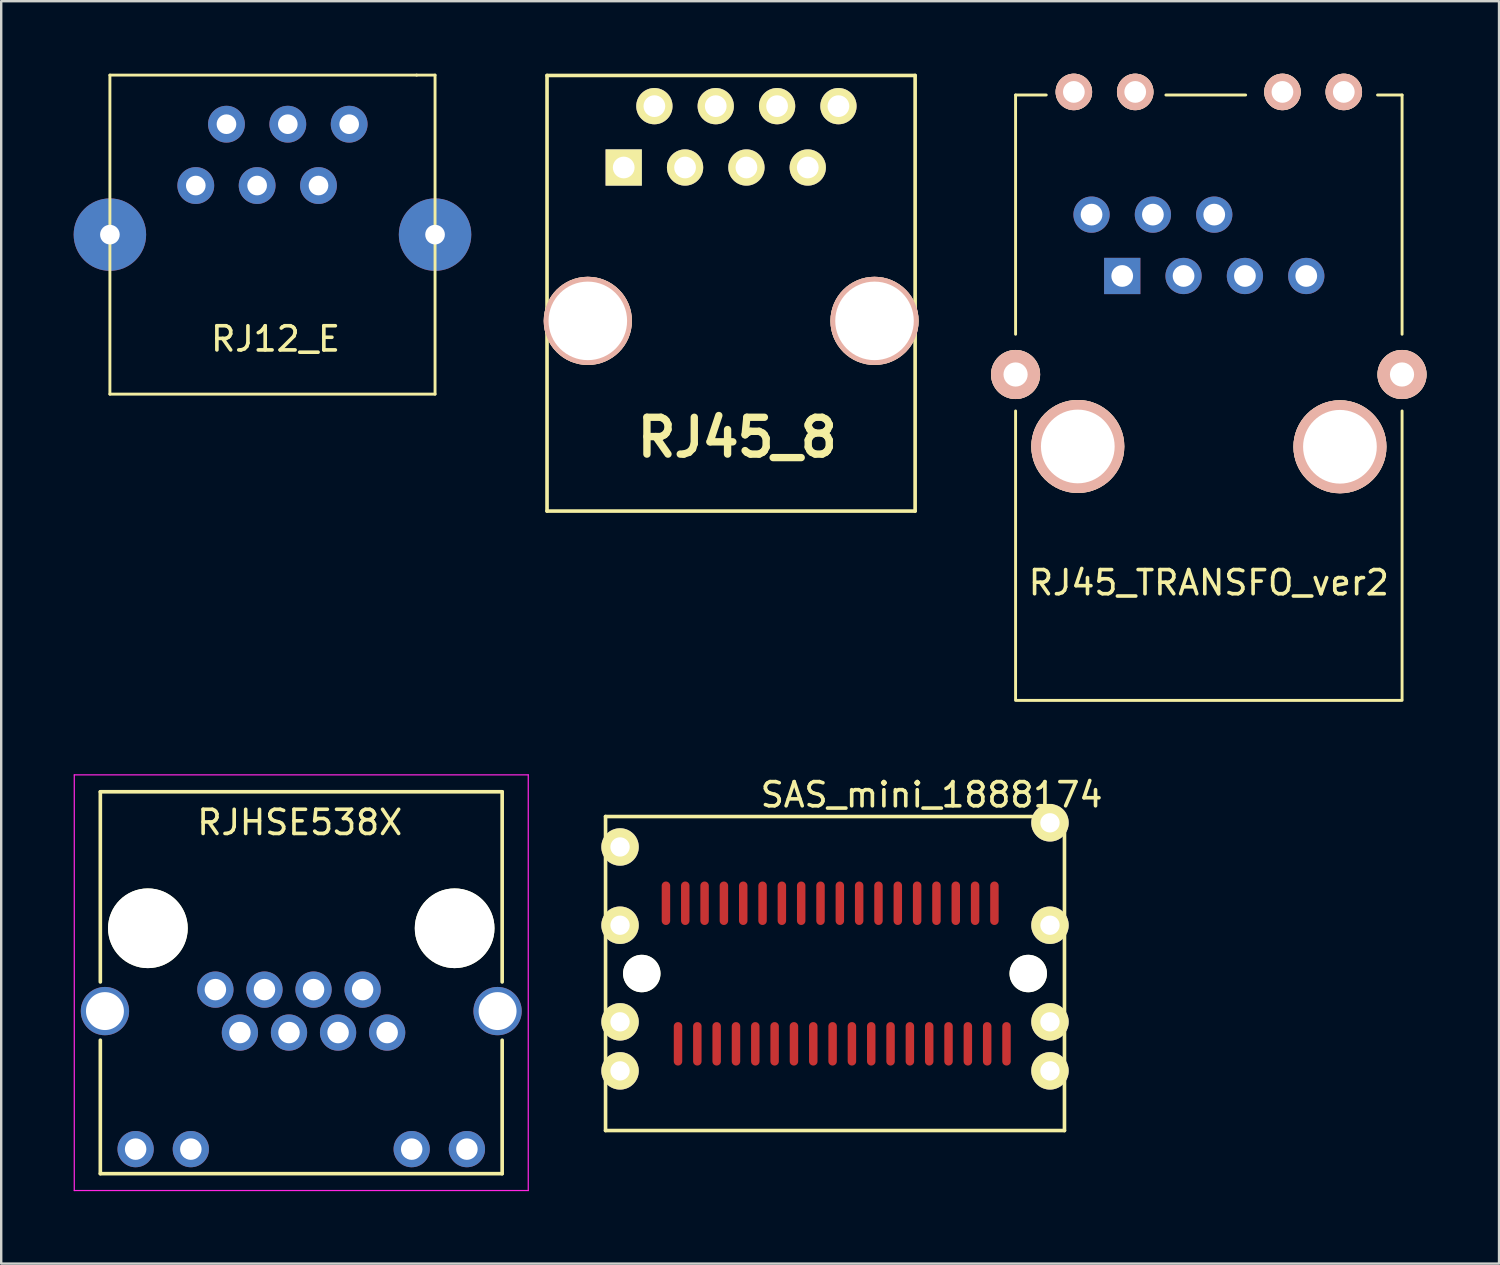
<source format=kicad_pcb>
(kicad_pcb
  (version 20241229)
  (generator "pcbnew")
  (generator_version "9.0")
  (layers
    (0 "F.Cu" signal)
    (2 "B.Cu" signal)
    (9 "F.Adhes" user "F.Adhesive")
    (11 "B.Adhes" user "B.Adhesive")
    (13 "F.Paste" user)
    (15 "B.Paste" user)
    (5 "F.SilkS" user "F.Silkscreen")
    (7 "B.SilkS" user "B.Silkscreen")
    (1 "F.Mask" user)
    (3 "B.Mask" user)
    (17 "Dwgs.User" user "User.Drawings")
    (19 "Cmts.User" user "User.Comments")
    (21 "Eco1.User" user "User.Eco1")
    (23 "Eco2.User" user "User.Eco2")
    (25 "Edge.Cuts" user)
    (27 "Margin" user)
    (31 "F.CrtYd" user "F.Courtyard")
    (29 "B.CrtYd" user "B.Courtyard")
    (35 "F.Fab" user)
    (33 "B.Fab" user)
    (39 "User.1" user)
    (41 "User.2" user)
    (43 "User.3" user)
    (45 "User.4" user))
  (footprint "SAS_mini_1888174"
    (layer "F.Cu")
    (at 31.521 37.256)
    (property "Reference" "SAS_mini_1888174" (at 4 -7.4 0) (layer "F.SilkS") (effects (font (size 1 1) (thickness 0.15))))
    (attr through_hole)
    (fp_line (start -9.5 -6.5) (end -9.5 6.5) (stroke (width 0.15) (type solid)) (layer "F.SilkS"))
    (fp_line (start -9.5 6.5) (end 9.5 6.5) (stroke (width 0.15) (type solid)) (layer "F.SilkS"))
    (fp_line (start 9.5 -6.5) (end -9.5 -6.5) (stroke (width 0.15) (type solid)) (layer "F.SilkS"))
    (fp_line (start 9.5 6.5) (end 9.5 -6.5) (stroke (width 0.15) (type solid)) (layer "F.SilkS"))
    (pad "" np_thru_hole circle (at -8 0) (size 1.55 1.55) (drill 1.55) (layers "*.Mask" "B.Cu" "F.SilkS"))
    (pad "" np_thru_hole circle (at 8 0) (size 1.55 1.55) (drill 1.55) (layers "*.Mask" "B.Cu" "F.SilkS"))
    (pad "1" thru_hole circle (at -8.9 -5.24) (size 1.55 1.55) (drill 0.8) (layers "*.Cu" "*.Mask" "F.SilkS"))
    (pad "2" thru_hole circle (at -8.9 -2) (size 1.55 1.55) (drill 0.8) (layers "*.Cu" "*.Mask" "F.SilkS"))
    (pad "3" thru_hole circle (at -8.9 2) (size 1.55 1.55) (drill 0.8) (layers "*.Cu" "*.Mask" "F.SilkS"))
    (pad "4" thru_hole circle (at -8.9 4.03) (size 1.55 1.55) (drill 0.8) (layers "*.Cu" "*.Mask" "F.SilkS"))
    (pad "5" thru_hole circle (at 8.9 -6.24) (size 1.55 1.55) (drill 0.8) (layers "*.Cu" "*.Mask" "F.SilkS"))
    (pad "6" thru_hole circle (at 8.9 -2) (size 1.55 1.55) (drill 0.8) (layers "*.Cu" "*.Mask" "F.SilkS"))
    (pad "7" thru_hole circle (at 8.9 2) (size 1.55 1.55) (drill 0.8) (layers "*.Cu" "*.Mask" "F.SilkS"))
    (pad "8" thru_hole circle (at 8.9 4.03) (size 1.55 1.55) (drill 0.8) (layers "*.Cu" "*.Mask" "F.SilkS"))
    (pad "A1" smd oval (at -6.5 2.91) (size 0.35 1.8) (layers "F.Cu" "F.Mask" "F.Paste"))
    (pad "A2" smd oval (at -5.7 2.91) (size 0.35 1.8) (layers "F.Cu" "F.Mask" "F.Paste"))
    (pad "A3" smd oval (at -4.9 2.91) (size 0.35 1.8) (layers "F.Cu" "F.Mask" "F.Paste"))
    (pad "A4" smd oval (at -4.1 2.91) (size 0.35 1.8) (layers "F.Cu" "F.Mask" "F.Paste"))
    (pad "A5" smd oval (at -3.3 2.91) (size 0.35 1.8) (layers "F.Cu" "F.Mask" "F.Paste"))
    (pad "A6" smd oval (at -2.5 2.91) (size 0.35 1.8) (layers "F.Cu" "F.Mask" "F.Paste"))
    (pad "A7" smd oval (at -1.7 2.91) (size 0.35 1.8) (layers "F.Cu" "F.Mask" "F.Paste"))
    (pad "A8" smd oval (at -0.9 2.91) (size 0.35 1.8) (layers "F.Cu" "F.Mask" "F.Paste"))
    (pad "A9" smd oval (at -0.1 2.91) (size 0.35 1.8) (layers "F.Cu" "F.Mask" "F.Paste"))
    (pad "A10" smd oval (at 0.7 2.91) (size 0.35 1.8) (layers "F.Cu" "F.Mask" "F.Paste"))
    (pad "A11" smd oval (at 1.5 2.91) (size 0.35 1.8) (layers "F.Cu" "F.Mask" "F.Paste"))
    (pad "A12" smd oval (at 2.3 2.91) (size 0.35 1.8) (layers "F.Cu" "F.Mask" "F.Paste"))
    (pad "A13" smd oval (at 3.1 2.91) (size 0.35 1.8) (layers "F.Cu" "F.Mask" "F.Paste"))
    (pad "A14" smd oval (at 3.9 2.91) (size 0.35 1.8) (layers "F.Cu" "F.Mask" "F.Paste"))
    (pad "A15" smd oval (at 4.7 2.91) (size 0.35 1.8) (layers "F.Cu" "F.Mask" "F.Paste"))
    (pad "A16" smd oval (at 5.5 2.91) (size 0.35 1.8) (layers "F.Cu" "F.Mask" "F.Paste"))
    (pad "A17" smd oval (at 6.3 2.91) (size 0.35 1.8) (layers "F.Cu" "F.Mask" "F.Paste"))
    (pad "A18" smd oval (at 7.1 2.91) (size 0.35 1.8) (layers "F.Cu" "F.Mask" "F.Paste"))
    (pad "B1" smd oval (at -7 -2.91) (size 0.35 1.8) (layers "F.Cu" "F.Mask" "F.Paste"))
    (pad "B2" smd oval (at -6.2 -2.91) (size 0.35 1.8) (layers "F.Cu" "F.Mask" "F.Paste"))
    (pad "B3" smd oval (at -5.4 -2.91) (size 0.35 1.8) (layers "F.Cu" "F.Mask" "F.Paste"))
    (pad "B4" smd oval (at -4.6 -2.91) (size 0.35 1.8) (layers "F.Cu" "F.Mask" "F.Paste"))
    (pad "B5" smd oval (at -3.8 -2.91) (size 0.35 1.8) (layers "F.Cu" "F.Mask" "F.Paste"))
    (pad "B6" smd oval (at -3 -2.91) (size 0.35 1.8) (layers "F.Cu" "F.Mask" "F.Paste"))
    (pad "B7" smd oval (at -2.2 -2.91) (size 0.35 1.8) (layers "F.Cu" "F.Mask" "F.Paste"))
    (pad "B8" smd oval (at -1.4 -2.91) (size 0.35 1.8) (layers "F.Cu" "F.Mask" "F.Paste"))
    (pad "B9" smd oval (at -0.6 -2.91) (size 0.35 1.8) (layers "F.Cu" "F.Mask" "F.Paste"))
    (pad "B10" smd oval (at 0.2 -2.91) (size 0.35 1.8) (layers "F.Cu" "F.Mask" "F.Paste"))
    (pad "B11" smd oval (at 1 -2.91) (size 0.35 1.8) (layers "F.Cu" "F.Mask" "F.Paste"))
    (pad "B12" smd oval (at 1.8 -2.91) (size 0.35 1.8) (layers "F.Cu" "F.Mask" "F.Paste"))
    (pad "B13" smd oval (at 2.6 -2.91) (size 0.35 1.8) (layers "F.Cu" "F.Mask" "F.Paste"))
    (pad "B14" smd oval (at 3.4 -2.91) (size 0.35 1.8) (layers "F.Cu" "F.Mask" "F.Paste"))
    (pad "B15" smd oval (at 4.2 -2.91) (size 0.35 1.8) (layers "F.Cu" "F.Mask" "F.Paste"))
    (pad "B16" smd oval (at 5 -2.91) (size 0.35 1.8) (layers "F.Cu" "F.Mask" "F.Paste"))
    (pad "B17" smd oval (at 5.8 -2.91) (size 0.35 1.8) (layers "F.Cu" "F.Mask" "F.Paste"))
    (pad "B18" smd oval (at 6.6 -2.91) (size 0.35 1.8) (layers "F.Cu" "F.Mask" "F.Paste")))
  (footprint "RJ45_8"
    (layer "F.Cu")
    (at 27.218 10.235)
    (property "Reference" "RJ45_8" (at 0.254 4.826 0) (layer "F.SilkS") (effects (font (size 1.524 1.524) (thickness 0.305))))
    (attr through_hole)
    (fp_line (start -7.62 -10.16) (end -7.62 7.874) (stroke (width 0.15) (type solid)) (layer "F.SilkS"))
    (fp_line (start -7.62 7.874) (end 7.62 7.874) (stroke (width 0.15) (type solid)) (layer "F.SilkS"))
    (fp_line (start 7.62 -10.16) (end -7.62 -10.16) (stroke (width 0.15) (type solid)) (layer "F.SilkS"))
    (fp_line (start 7.62 7.874) (end 7.62 -10.16) (stroke (width 0.15) (type solid)) (layer "F.SilkS"))
    (pad "" np_thru_hole circle (at -5.931 0) (size 3.65 3.65) (drill 3.251) (layers "*.Cu" "*.SilkS" "*.Mask"))
    (pad "" np_thru_hole circle (at 5.939 0) (size 3.65 3.65) (drill 3.251) (layers "*.Cu" "*.SilkS" "*.Mask"))
    (pad "1" thru_hole rect (at -4.445 -6.35) (size 1.501 1.501) (drill 0.899) (layers "*.Cu" "*.Mask" "F.SilkS"))
    (pad "2" thru_hole circle (at -3.175 -8.89) (size 1.501 1.501) (drill 0.899) (layers "*.Cu" "*.Mask" "F.SilkS"))
    (pad "3" thru_hole circle (at -1.905 -6.35) (size 1.501 1.501) (drill 0.899) (layers "*.Cu" "*.Mask" "F.SilkS"))
    (pad "4" thru_hole circle (at -0.635 -8.89) (size 1.501 1.501) (drill 0.899) (layers "*.Cu" "*.Mask" "F.SilkS"))
    (pad "5" thru_hole circle (at 0.635 -6.35) (size 1.501 1.501) (drill 0.899) (layers "*.Cu" "*.Mask" "F.SilkS"))
    (pad "6" thru_hole circle (at 1.905 -8.89) (size 1.501 1.501) (drill 0.899) (layers "*.Cu" "*.Mask" "F.SilkS"))
    (pad "7" thru_hole circle (at 3.175 -6.35) (size 1.501 1.501) (drill 0.899) (layers "*.Cu" "*.Mask" "F.SilkS"))
    (pad "8" thru_hole circle (at 4.445 -8.89) (size 1.501 1.501) (drill 0.899) (layers "*.Cu" "*.Mask" "F.SilkS")))
  (footprint "RJHSE538X"
    (layer "F.Cu")
    (at 5.867 37.922)
    (property "Reference" "RJHSE538X" (at 3.493 -6.921 0) (layer "F.SilkS") (effects (font (size 1 1) (thickness 0.15))))
    (attr smd)
    (fp_line (start -4.763 -8.191) (end -4.763 -0.318) (stroke (width 0.15) (type solid)) (layer "F.SilkS"))
    (fp_line (start -4.763 7.62) (end -4.763 2.095) (stroke (width 0.15) (type solid)) (layer "F.SilkS"))
    (fp_line (start 11.874 -8.191) (end -4.763 -8.191) (stroke (width 0.15) (type solid)) (layer "F.SilkS"))
    (fp_line (start 11.874 -8.191) (end 11.874 -0.318) (stroke (width 0.15) (type solid)) (layer "F.SilkS"))
    (fp_line (start 11.874 7.62) (end -4.763 7.62) (stroke (width 0.15) (type solid)) (layer "F.SilkS"))
    (fp_line (start 11.874 7.62) (end 11.874 2.095) (stroke (width 0.15) (type solid)) (layer "F.SilkS"))
    (fp_line (start -5.842 -8.89) (end -5.842 8.319) (stroke (width 0.05) (type solid)) (layer "F.CrtYd"))
    (fp_line (start -5.842 8.319) (end 12.954 8.319) (stroke (width 0.05) (type solid)) (layer "F.CrtYd"))
    (fp_line (start 12.954 -8.89) (end -5.842 -8.89) (stroke (width 0.05) (type solid)) (layer "F.CrtYd"))
    (fp_line (start 12.954 8.319) (end 12.954 -8.89) (stroke (width 0.05) (type solid)) (layer "F.CrtYd"))
    (pad "" thru_hole circle (at -4.572 0.889) (size 2 2) (drill 1.57) (layers "*.Cu" "*.Mask"))
    (pad "" np_thru_hole circle (at -2.794 -2.54) (size 3.3 3.3) (drill 3.3) (layers "*.Cu" "*.Mask" "F.SilkS"))
    (pad "" np_thru_hole circle (at 9.906 -2.54) (size 3.3 3.3) (drill 3.3) (layers "*.Cu" "*.Mask" "F.SilkS"))
    (pad "" thru_hole circle (at 11.684 0.889) (size 2 2) (drill 1.57) (layers "*.Cu" "*.Mask"))
    (pad "1" thru_hole circle (at 0 0) (size 1.501 1.501) (drill 0.889) (layers "*.Cu" "*.Mask"))
    (pad "2" thru_hole circle (at 1.016 1.778) (size 1.501 1.501) (drill 0.889) (layers "*.Cu" "*.Mask"))
    (pad "3" thru_hole circle (at 2.032 0) (size 1.501 1.501) (drill 0.889) (layers "*.Cu" "*.Mask"))
    (pad "4" thru_hole circle (at 3.048 1.778) (size 1.501 1.501) (drill 0.889) (layers "*.Cu" "*.Mask"))
    (pad "5" thru_hole circle (at 4.064 0) (size 1.501 1.501) (drill 0.889) (layers "*.Cu" "*.Mask"))
    (pad "6" thru_hole circle (at 5.08 1.778) (size 1.501 1.501) (drill 0.889) (layers "*.Cu" "*.Mask"))
    (pad "7" thru_hole circle (at 6.096 0) (size 1.501 1.501) (drill 0.889) (layers "*.Cu" "*.Mask"))
    (pad "8" thru_hole circle (at 7.112 1.778) (size 1.501 1.501) (drill 0.889) (layers "*.Cu" "*.Mask"))
    (pad "9" thru_hole circle (at -3.302 6.604) (size 1.501 1.501) (drill 0.889) (layers "*.Cu" "*.Mask"))
    (pad "10" thru_hole circle (at -1.016 6.604) (size 1.501 1.501) (drill 0.889) (layers "*.Cu" "*.Mask"))
    (pad "11" thru_hole circle (at 8.128 6.604) (size 1.501 1.501) (drill 0.889) (layers "*.Cu" "*.Mask"))
    (pad "12" thru_hole circle (at 10.414 6.604) (size 1.501 1.501) (drill 0.889) (layers "*.Cu" "*.Mask")))
  (footprint "RJ45_TRANSFO_ver2"
    (layer "F.Cu")
    (at 46.998 12.948)
    (property "Reference" "RJ45_TRANSFO_ver2" (at 0 8.128 0) (layer "F.SilkS") (effects (font (size 1 1) (thickness 0.15))))
    (attr through_hole)
    (fp_line (start -8.001 -12.065) (end -6.731 -12.065) (stroke (width 0.12) (type solid)) (layer "F.SilkS"))
    (fp_line (start -8.001 -2.159) (end -8.001 -12.065) (stroke (width 0.12) (type solid)) (layer "F.SilkS"))
    (fp_line (start -8.001 12.954) (end -8.001 1.016) (stroke (width 0.12) (type solid)) (layer "F.SilkS"))
    (fp_line (start -8.001 13) (end 8.001 13) (stroke (width 0.12) (type solid)) (layer "F.SilkS"))
    (fp_line (start -1.778 -12.065) (end 1.524 -12.065) (stroke (width 0.12) (type solid)) (layer "F.SilkS"))
    (fp_line (start 8.001 -12.065) (end 6.985 -12.065) (stroke (width 0.12) (type solid)) (layer "F.SilkS"))
    (fp_line (start 8.001 -2.159) (end 8.001 -12.065) (stroke (width 0.12) (type solid)) (layer "F.SilkS"))
    (fp_line (start 8.001 12.954) (end 8.001 1.016) (stroke (width 0.12) (type solid)) (layer "F.SilkS"))
    (pad "1" thru_hole rect (at -3.586 -4.572) (size 1.501 1.501) (drill 0.899) (layers "*.Cu" "*.Mask"))
    (pad "2" thru_hole circle (at -4.856 -7.112) (size 1.501 1.501) (drill 0.899) (layers "*.Cu" "*.Mask"))
    (pad "3" thru_hole circle (at -1.046 -4.572) (size 1.501 1.501) (drill 0.899) (layers "*.Cu" "*.Mask"))
    (pad "4" thru_hole circle (at -2.316 -7.112) (size 1.501 1.501) (drill 0.899) (layers "*.Cu" "*.Mask"))
    (pad "5" thru_hole circle (at 1.494 -4.572) (size 1.501 1.501) (drill 0.899) (layers "*.Cu" "*.Mask"))
    (pad "6" thru_hole circle (at 0.224 -7.112) (size 1.501 1.501) (drill 0.899) (layers "*.Cu" "*.Mask"))
    (pad "7" thru_hole circle (at 4.034 -4.572) (size 1.501 1.501) (drill 0.899) (layers "*.Cu" "*.Mask"))
    (pad "9" thru_hole circle (at -8.001 -0.493) (size 2.032 2.032) (drill 1.001) (layers "*.Cu" "*.SilkS" "*.Mask"))
    (pad "9" thru_hole circle (at 7.998 -0.493) (size 2.032 2.032) (drill 1.001) (layers "*.Cu" "*.SilkS" "*.Mask"))
    (pad "Hole" thru_hole circle (at -5.588 -12.192) (size 1.511 1.511) (drill 0.899) (layers "*.Cu" "*.SilkS" "*.Mask"))
    (pad "Hole" thru_hole circle (at -5.425 2.487) (size 3.851 3.851) (drill 3.051) (layers "*.Cu" "*.SilkS" "*.Mask"))
    (pad "Hole" thru_hole circle (at -3.048 -12.192) (size 1.511 1.511) (drill 0.899) (layers "*.Cu" "*.SilkS" "*.Mask"))
    (pad "Hole" thru_hole circle (at 3.048 -12.192) (size 1.511 1.511) (drill 0.899) (layers "*.Cu" "*.SilkS" "*.Mask"))
    (pad "Hole" thru_hole circle (at 5.428 2.499) (size 3.851 3.851) (drill 3.051) (layers "*.Cu" "*.SilkS" "*.Mask"))
    (pad "Hole" thru_hole circle (at 5.588 -12.192) (size 1.511 1.511) (drill 0.899) (layers "*.Cu" "*.SilkS" "*.Mask")))
  (footprint "RJ12_E"
    (layer "F.Cu")
    (at 8.358 10.982)
    (property "Reference" "RJ12_E" (at 0 0 0) (layer "F.SilkS") (effects (font (size 1 1) (thickness 0.15))))
    (attr through_hole)
    (fp_line (start -6.858 -10.922) (end -6.858 2.286) (stroke (width 0.12) (type solid)) (layer "F.SilkS"))
    (fp_line (start -6.858 -10.922) (end 5.842 -10.922) (stroke (width 0.12) (type solid)) (layer "F.SilkS"))
    (fp_line (start -6.858 2.286) (end 6.604 2.286) (stroke (width 0.12) (type solid)) (layer "F.SilkS"))
    (fp_line (start 5.842 -10.922) (end 6.604 -10.922) (stroke (width 0.12) (type solid)) (layer "F.SilkS"))
    (fp_line (start 6.604 -10.922) (end 6.604 2.286) (stroke (width 0.12) (type solid)) (layer "F.SilkS"))
    (pad "1" thru_hole circle (at -3.302 -6.35) (size 1.524 1.524) (drill 0.813) (layers "*.Cu" "*.Mask"))
    (pad "2" thru_hole circle (at -2.032 -8.89) (size 1.524 1.524) (drill 0.813) (layers "*.Cu" "*.Mask"))
    (pad "3" thru_hole circle (at -0.762 -6.35) (size 1.524 1.524) (drill 0.813) (layers "*.Cu" "*.Mask"))
    (pad "4" thru_hole circle (at 0.508 -8.89) (size 1.524 1.524) (drill 0.813) (layers "*.Cu" "*.Mask"))
    (pad "5" thru_hole circle (at 1.778 -6.35) (size 1.524 1.524) (drill 0.813) (layers "*.Cu" "*.Mask"))
    (pad "6" thru_hole circle (at 3.048 -8.89) (size 1.524 1.524) (drill 0.813) (layers "*.Cu" "*.Mask"))
    (pad "7" thru_hole circle (at -6.858 -4.318) (size 3 3) (drill 0.813) (layers "*.Cu" "*.Mask"))
    (pad "8" thru_hole circle (at 6.604 -4.318) (size 3 3) (drill 0.813) (layers "*.Cu" "*.Mask")))
  (gr_rect
    (start -3 -3)
    (end 59.013 49.266)
    (stroke (width 0.1) (type default))
    (fill no)
    (layer "Edge.Cuts")))
</source>
